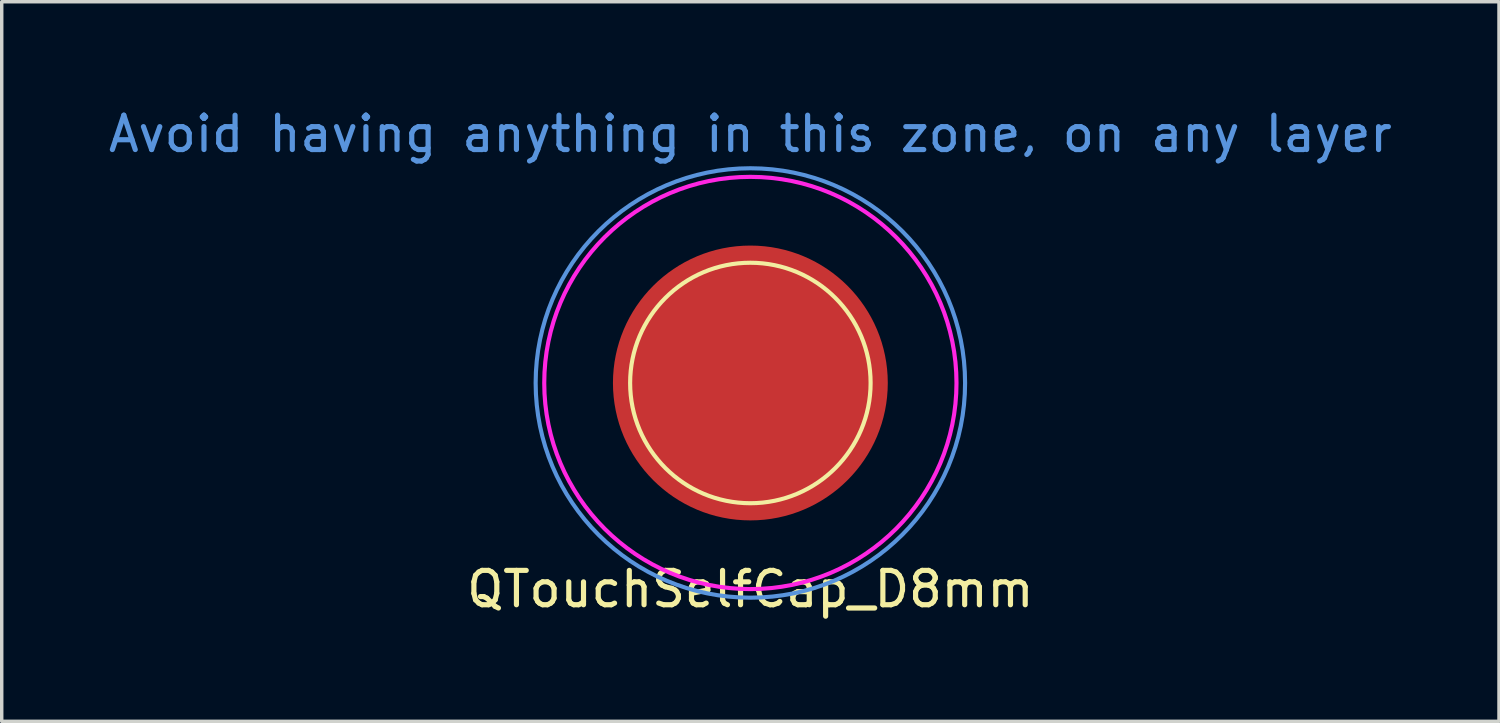
<source format=kicad_pcb>
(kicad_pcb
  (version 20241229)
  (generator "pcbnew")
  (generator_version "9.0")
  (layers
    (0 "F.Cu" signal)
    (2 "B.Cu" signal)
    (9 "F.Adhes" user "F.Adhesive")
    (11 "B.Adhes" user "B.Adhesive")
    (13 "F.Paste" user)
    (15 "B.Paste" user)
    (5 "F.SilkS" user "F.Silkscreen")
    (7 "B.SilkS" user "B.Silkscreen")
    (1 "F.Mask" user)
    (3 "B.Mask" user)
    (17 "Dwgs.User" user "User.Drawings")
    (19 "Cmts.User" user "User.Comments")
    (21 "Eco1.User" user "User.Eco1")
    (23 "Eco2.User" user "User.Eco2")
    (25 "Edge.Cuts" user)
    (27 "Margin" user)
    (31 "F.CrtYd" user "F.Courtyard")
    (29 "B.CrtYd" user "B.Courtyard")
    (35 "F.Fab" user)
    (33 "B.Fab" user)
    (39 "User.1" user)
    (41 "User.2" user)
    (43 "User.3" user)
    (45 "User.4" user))
  (footprint "QTouchSelfCap_D8mm"
    (layer "F.Cu")
    (at 18.792 8.098)
    (property "Reference" "QTouchSelfCap_D8mm" (at 0 6 0) (layer "F.SilkS") (effects (font (size 1 1) (thickness 0.15))))
    (attr exclude_from_pos_files exclude_from_bom)
    (fp_circle (center 0 0) (end 3.5 0) (stroke (width 0.12) (type solid)) (fill no) (layer "F.SilkS"))
    (fp_circle (center 0 0) (end 6.25 0) (stroke (width 0.12) (type solid)) (fill no) (layer "Cmts.User"))
    (fp_circle (center 0 0) (end 6 0) (stroke (width 0.12) (type solid)) (fill no) (layer "F.CrtYd"))
    (fp_text user "Avoid having anything in this zone, on any layer" (at 0 -7.25 0) (layer "Cmts.User") (effects (font (size 1 1) (thickness 0.15))))
    (pad "1" smd circle (at 0 0) (size 8 8) (layers "F.Cu")))
  (gr_rect
    (start -3 -3)
    (end 40.583 17.947)
    (stroke (width 0.1) (type default))
    (fill no)
    (layer "Edge.Cuts")))
</source>
